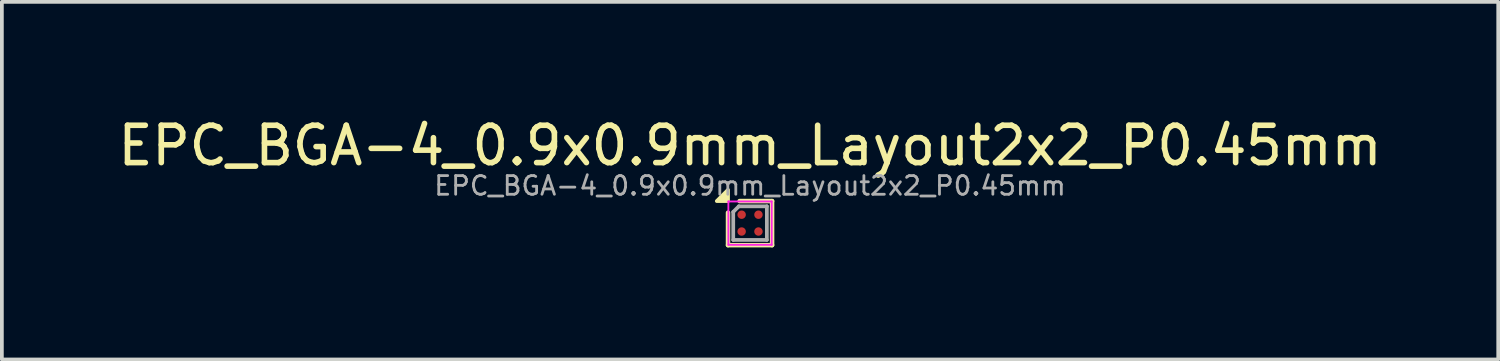
<source format=kicad_pcb>
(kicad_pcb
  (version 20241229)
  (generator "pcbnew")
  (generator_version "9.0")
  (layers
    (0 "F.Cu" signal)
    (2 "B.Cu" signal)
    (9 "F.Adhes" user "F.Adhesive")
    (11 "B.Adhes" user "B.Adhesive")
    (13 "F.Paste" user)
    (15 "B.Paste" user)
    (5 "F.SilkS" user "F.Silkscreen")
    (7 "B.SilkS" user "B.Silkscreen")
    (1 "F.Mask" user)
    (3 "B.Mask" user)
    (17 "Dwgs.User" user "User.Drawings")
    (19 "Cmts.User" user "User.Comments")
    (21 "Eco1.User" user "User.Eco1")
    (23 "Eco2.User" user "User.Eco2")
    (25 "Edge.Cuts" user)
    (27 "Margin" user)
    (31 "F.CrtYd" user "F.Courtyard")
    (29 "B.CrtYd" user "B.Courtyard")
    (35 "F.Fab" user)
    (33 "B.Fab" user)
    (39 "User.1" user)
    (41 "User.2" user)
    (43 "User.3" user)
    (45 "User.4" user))
  (footprint "EPC_BGA-4_0.9x0.9mm_Layout2x2_P0.45mm"
    (layer "F.Cu")
    (at 17.03 2.923)
    (property "Reference" "EPC_BGA-4_0.9x0.9mm_Layout2x2_P0.45mm" (at 0 -2.075 0) (layer "F.SilkS") (effects (font (size 1 1) (thickness 0.15))))
    (attr smd)
    (fp_line (start -0.59 0.59) (end -0.59 -0.28) (stroke (width 0.12) (type default)) (layer "F.SilkS"))
    (fp_line (start -0.28 -0.59) (end 0.59 -0.59) (stroke (width 0.12) (type default)) (layer "F.SilkS"))
    (fp_line (start 0.59 -0.59) (end 0.59 0.59) (stroke (width 0.12) (type default)) (layer "F.SilkS"))
    (fp_line (start 0.59 0.59) (end -0.59 0.59) (stroke (width 0.12) (type default)) (layer "F.SilkS"))
    (fp_poly (pts (xy -0.89 -0.59) (xy -0.59 -0.89) (xy -0.59 -0.59)) (stroke (width 0.1) (type solid)) (fill yes) (layer "F.SilkS"))
    (fp_line (start -0.58 -0.58) (end 0.58 -0.58) (stroke (width 0.05) (type default)) (layer "F.CrtYd"))
    (fp_line (start -0.58 0.58) (end -0.58 -0.58) (stroke (width 0.05) (type default)) (layer "F.CrtYd"))
    (fp_line (start -0.58 0.58) (end 0.58 0.58) (stroke (width 0.05) (type default)) (layer "F.CrtYd"))
    (fp_line (start 0.58 -0.58) (end 0.58 0.58) (stroke (width 0.05) (type default)) (layer "F.CrtYd"))
    (fp_line (start -0.45 0.45) (end -0.45 -0.3) (stroke (width 0.1) (type default)) (layer "F.Fab"))
    (fp_line (start -0.3 -0.45) (end -0.45 -0.3) (stroke (width 0.1) (type default)) (layer "F.Fab"))
    (fp_line (start -0.3 -0.45) (end 0.45 -0.45) (stroke (width 0.1) (type default)) (layer "F.Fab"))
    (fp_line (start 0.45 -0.45) (end 0.45 0.45) (stroke (width 0.1) (type default)) (layer "F.Fab"))
    (fp_line (start 0.45 0.45) (end -0.45 0.45) (stroke (width 0.1) (type default)) (layer "F.Fab"))
    (fp_text user "${REFERENCE}" (at 0 -1 0) (unlocked yes) (layer "F.Fab") (effects (font (size 0.5 0.5) (thickness 0.075))))
    (pad "" smd roundrect (at -0.225 -0.225) (size 0.25 0.25) (layers "F.Paste") (roundrect_rratio 0.288))
    (pad "" smd roundrect (at -0.225 0.225) (size 0.25 0.25) (layers "F.Paste") (roundrect_rratio 0.288))
    (pad "" smd roundrect (at 0.225 -0.225) (size 0.25 0.25) (layers "F.Paste") (roundrect_rratio 0.288))
    (pad "" smd roundrect (at 0.225 0.225) (size 0.25 0.25) (layers "F.Paste") (roundrect_rratio 0.288))
    (pad "1" smd circle (at -0.225 -0.225) (size 0.225 0.225) (property pad_prop_bga) (layers "F.Cu" "F.Mask"))
    (pad "2" smd circle (at -0.225 0.225) (size 0.225 0.225) (property pad_prop_bga) (layers "F.Cu" "F.Mask"))
    (pad "3" smd circle (at 0.225 -0.225) (size 0.225 0.225) (property pad_prop_bga) (layers "F.Cu" "F.Mask"))
    (pad "4" smd circle (at 0.225 0.225) (size 0.225 0.225) (property pad_prop_bga) (layers "F.Cu" "F.Mask")))
  (gr_rect
    (start -3 -3)
    (end 37.06 6.573)
    (stroke (width 0.1) (type default))
    (fill no)
    (layer "Edge.Cuts")))
</source>
